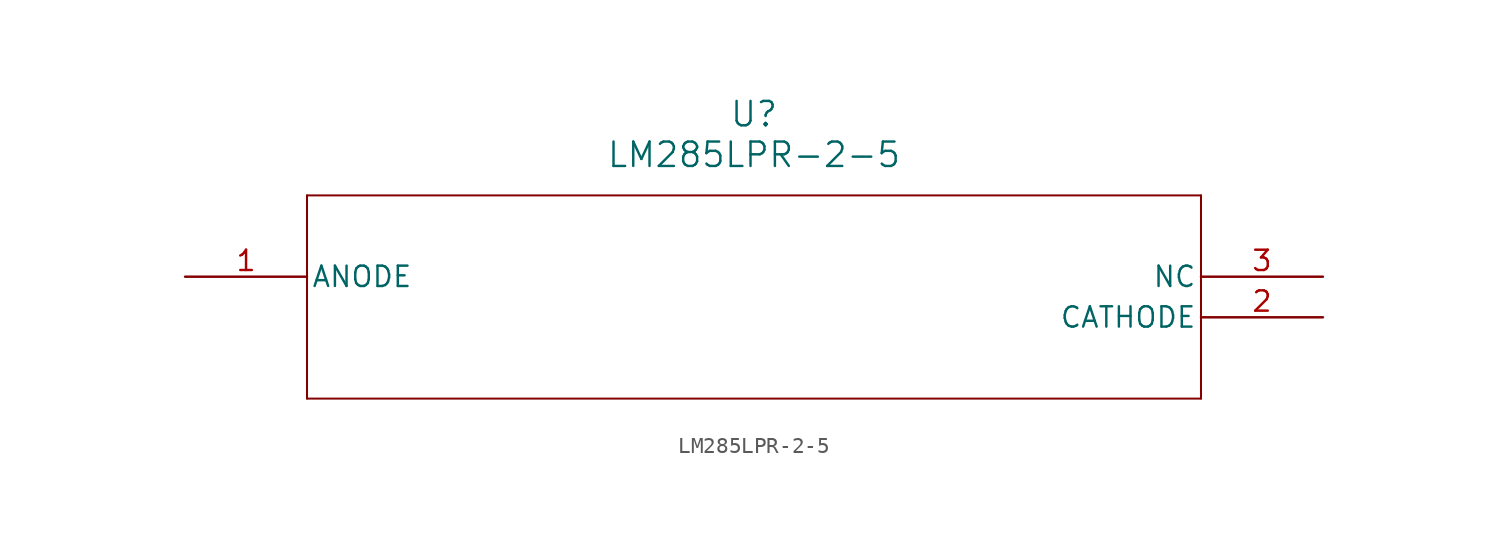
<source format=kicad_sym>
(kicad_symbol_lib
  (version 20211014)
  (generator kicad_symbol_editor)
  (symbol "LM285LPR-2-5"
    (pin_names
      (offset 0.254))
    (property "Reference" "U"
      (at 35.56 10.16 0)
      (effects (font (size 1.524 1.524))))
    (property "Value" "LM285LPR-2-5"
      (at 35.56 7.62 0)
      (effects (font (size 1.524 1.524))))
    (symbol "LM285LPR-2-5_0_1"
      (polyline (pts (xy 7.62 5.08) (xy 7.62 -7.62)) (stroke (width 0.127) (type default) (color 0 0 0 0)) (fill (type none)))
      (polyline (pts (xy 7.62 -7.62) (xy 63.5 -7.62)) (stroke (width 0.127) (type default) (color 0 0 0 0)) (fill (type none)))
      (polyline (pts (xy 63.5 -7.62) (xy 63.5 5.08)) (stroke (width 0.127) (type default) (color 0 0 0 0)) (fill (type none)))
      (polyline (pts (xy 63.5 5.08) (xy 7.62 5.08)) (stroke (width 0.127) (type default) (color 0 0 0 0)) (fill (type none)))
      (pin unspecified line (at 0 0 0) (length 7.62) (name "ANODE" (effects (font (size 1.27 1.27)))) (number "1" (effects (font (size 1.27 1.27)))))
      (pin unspecified line (at 71.12 -2.54 180) (length 7.62) (name "CATHODE" (effects (font (size 1.27 1.27)))) (number "2" (effects (font (size 1.27 1.27)))))
      (pin unspecified line (at 71.12 0 180) (length 7.62) (name "NC" (effects (font (size 1.27 1.27)))) (number "3" (effects (font (size 1.27 1.27))))))))
</source>
